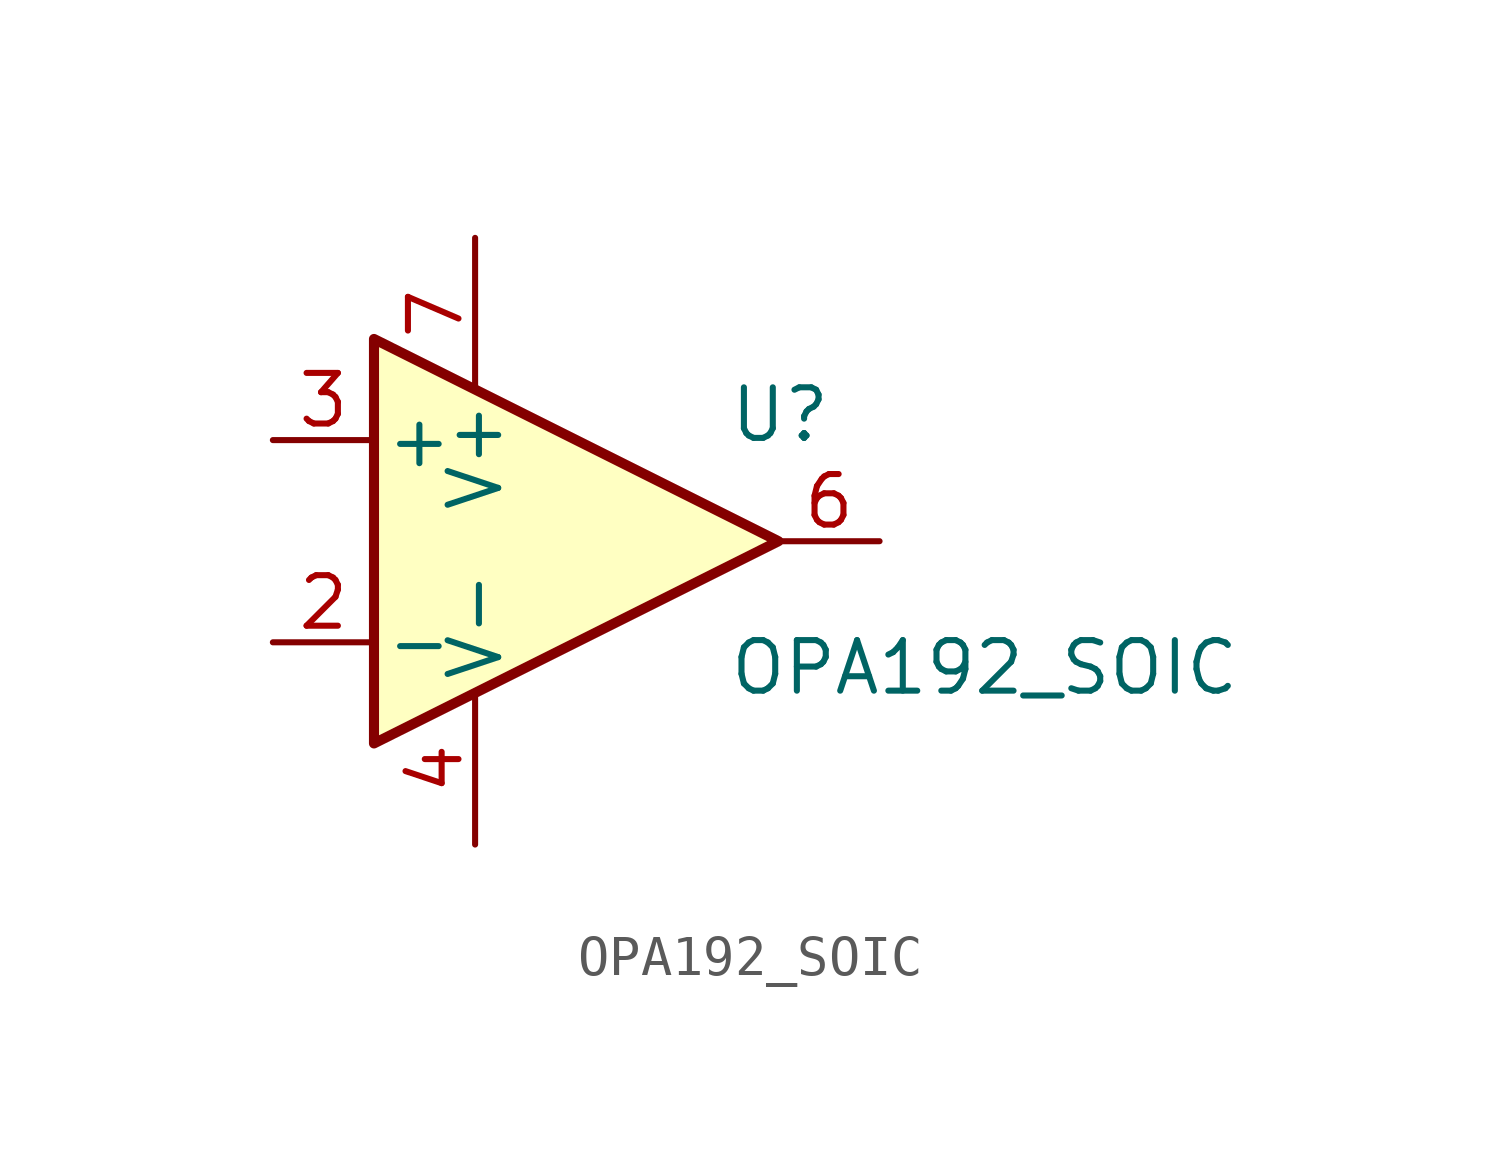
<source format=kicad_sym>
(kicad_symbol_lib
  (version 20211014)
  (generator kicad_symbol_editor)
  (symbol "OPA192_SOIC"
    (pin_names
      (offset 0.254))
    (property "Reference" "U"
      (at 3.81 3.175 0)
      (effects (font (size 1.27 1.27)) (justify left)))
    (property "Value" "OPA192_SOIC"
      (at 3.81 -3.175 0)
      (effects (font (size 1.27 1.27)) (justify left)))
    (symbol "OPA192_SOIC_0_1"
      (polyline (pts (xy 5.08 0) (xy -5.08 5.08) (xy -5.08 -5.08) (xy 5.08 0)) (stroke (width 0.254) (type default) (color 0 0 0 0)) (fill (type background))))
    (symbol "OPA192_SOIC_1_1"
      (pin input line (at -7.62 -2.54 0) (length 2.54) (name "-" (effects (font (size 1.27 1.27)))) (number "2" (effects (font (size 1.27 1.27)))))
      (pin input line (at -7.62 2.54 0) (length 2.54) (name "+" (effects (font (size 1.27 1.27)))) (number "3" (effects (font (size 1.27 1.27)))))
      (pin power_in line (at -2.54 -7.62 90) (length 3.81) (name "V-" (effects (font (size 1.27 1.27)))) (number "4" (effects (font (size 1.27 1.27)))))
      (pin output line (at 7.62 0 180) (length 2.54) (name "~" (effects (font (size 1.27 1.27)))) (number "6" (effects (font (size 1.27 1.27)))))
      (pin power_in line (at -2.54 7.62 270) (length 3.81) (name "V+" (effects (font (size 1.27 1.27)))) (number "7" (effects (font (size 1.27 1.27))))))))
</source>
